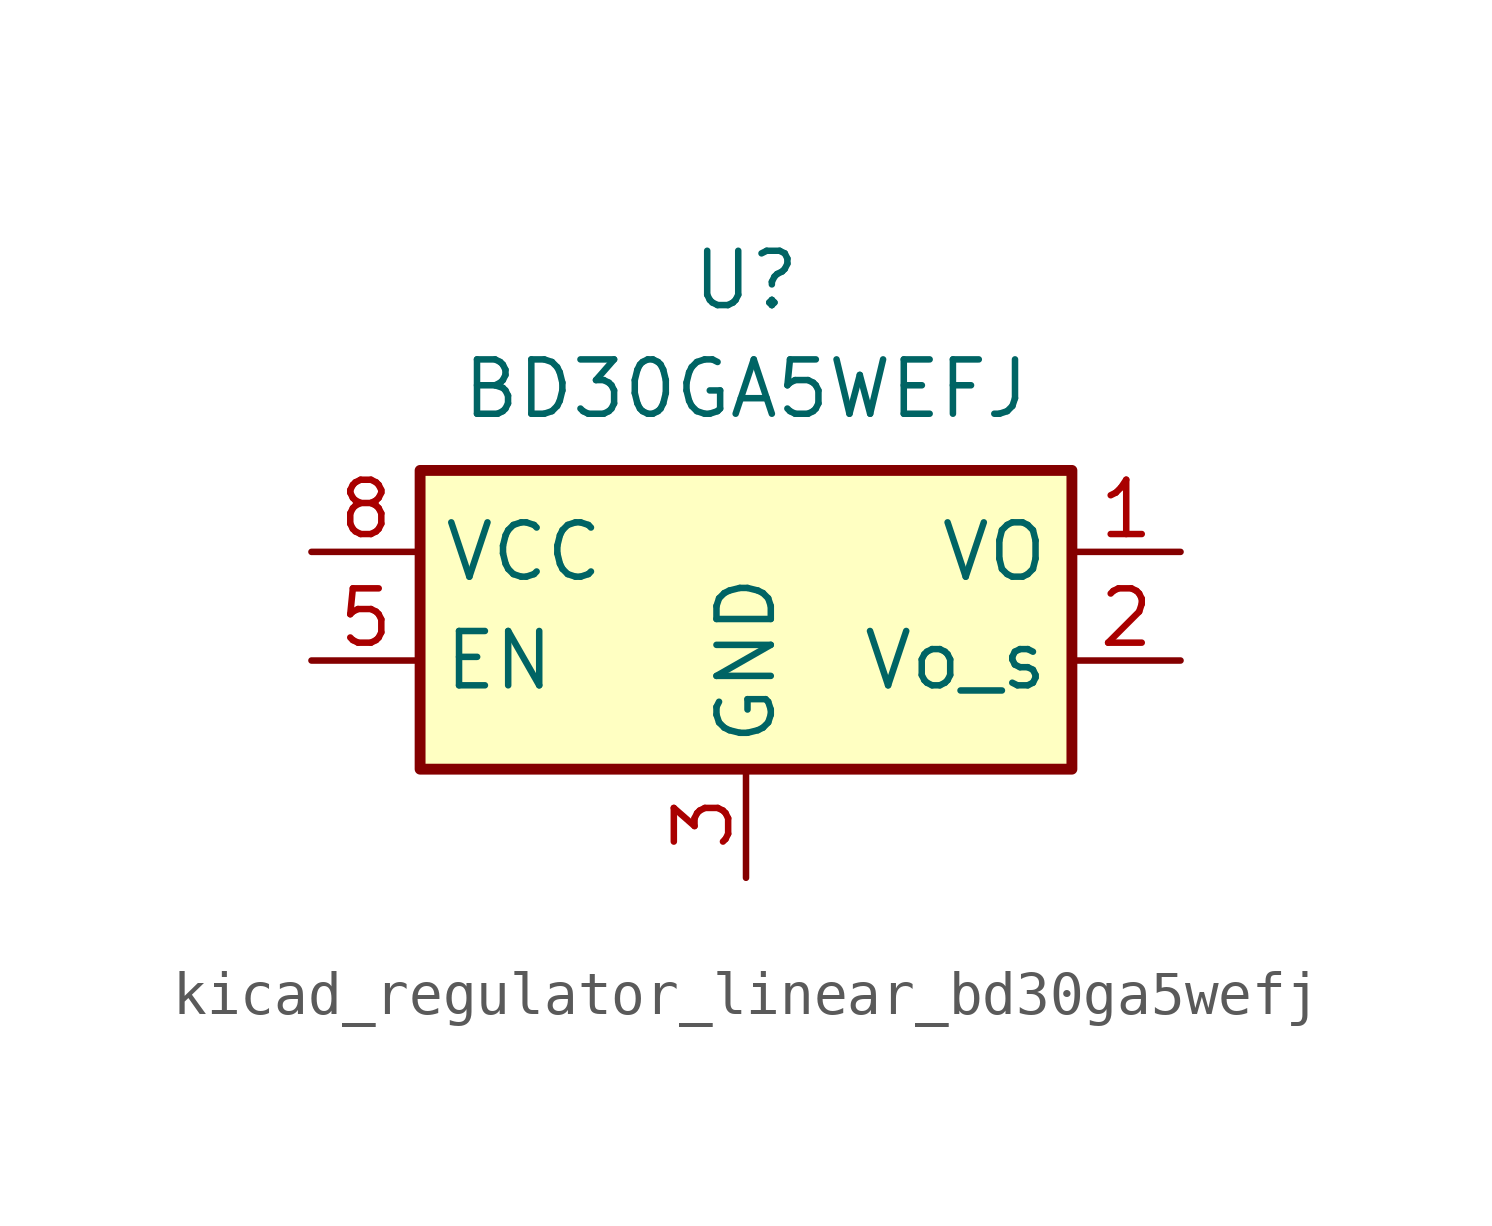
<source format=kicad_sym>
(kicad_symbol_lib
  (version 20220914)
  (generator kicad_symbol_editor)
  (symbol "kicad_regulator_linear_bd30ga5wefj"
    (property "Reference" "U"
      (at 0 6.35 0)
      (effects (font (size 1.27 1.27))))
    (property "Value" "BD30GA5WEFJ"
      (at 0 3.81 0)
      (effects (font (size 1.27 1.27))))
    (symbol "kicad_regulator_linear_bd30ga5wefj_1_1"
      (rectangle (start -7.62 -5.08) (end 7.62 1.905) (stroke (width 0.254) (type default)) (fill (type background)))
      (pin power_out line (at 10.16 0 180) (length 2.54) (name "VO" (effects (font (size 1.27 1.27)))) (number "1" (effects (font (size 1.27 1.27)))))
      (pin input line (at 10.16 -2.54 180) (length 2.54) (name "Vo_s" (effects (font (size 1.27 1.27)))) (number "2" (effects (font (size 1.27 1.27)))))
      (pin power_in line (at 0 -7.62 90) (length 2.54) (name "GND" (effects (font (size 1.27 1.27)))) (number "3" (effects (font (size 1.27 1.27)))))
      (pin passive line (at 0 -7.62 90) (length 2.54) hide (name "GND" (effects (font (size 1.27 1.27)))) (number "4" (effects (font (size 1.27 1.27)))))
      (pin input line (at -10.16 -2.54 0) (length 2.54) (name "EN" (effects (font (size 1.27 1.27)))) (number "5" (effects (font (size 1.27 1.27)))))
      (pin passive line (at 0 -7.62 90) (length 2.54) hide (name "GND" (effects (font (size 1.27 1.27)))) (number "6" (effects (font (size 1.27 1.27)))))
      (pin passive line (at 0 -7.62 90) (length 2.54) hide (name "GND" (effects (font (size 1.27 1.27)))) (number "7" (effects (font (size 1.27 1.27)))))
      (pin power_in line (at -10.16 0 0) (length 2.54) (name "VCC" (effects (font (size 1.27 1.27)))) (number "8" (effects (font (size 1.27 1.27)))))
      (pin passive line (at 0 -7.62 90) (length 2.54) hide (name "GND" (effects (font (size 1.27 1.27)))) (number "9" (effects (font (size 1.27 1.27))))))))
</source>
